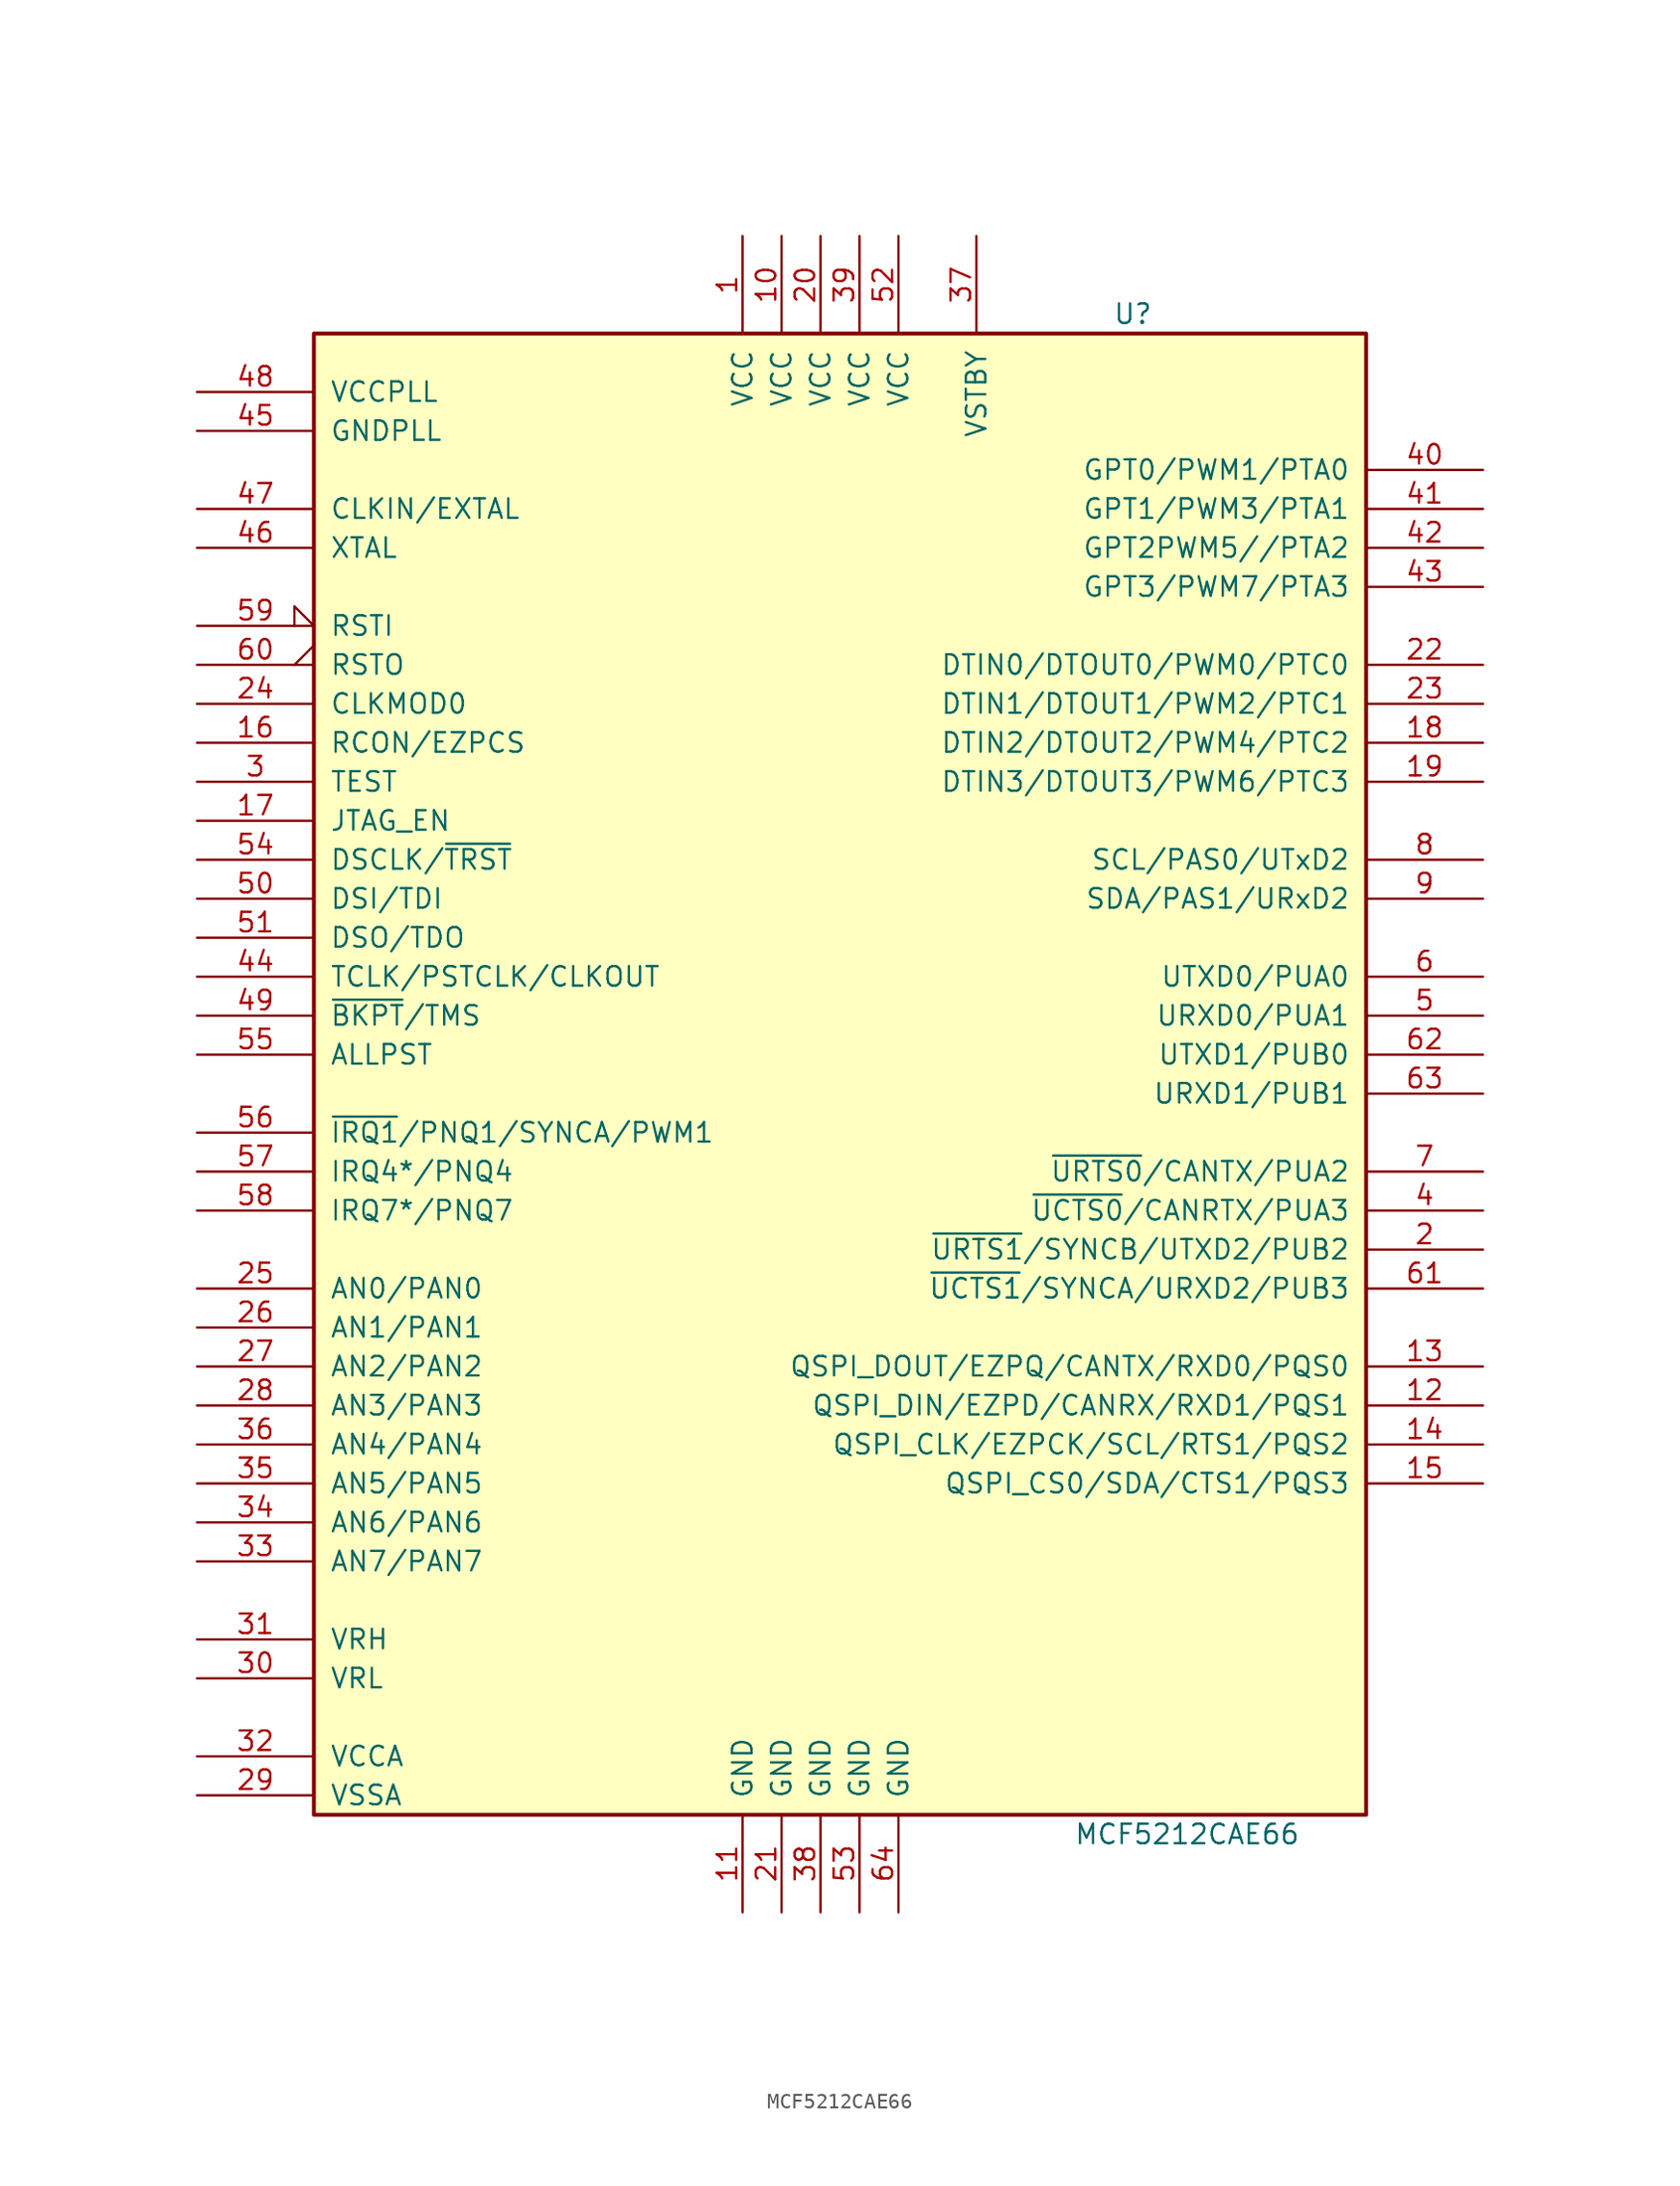
<source format=kicad_sym>
(kicad_symbol_lib
  (version 20241209)
  (generator "kicad_symbol_editor")
  (generator_version "9.0")
  (symbol "MCF5212CAE66"
    (pin_names
      (offset 1.016))
    (property "Reference" "U"
      (at 19.05 50.8 0)
      (effects (font (size 1.27 1.27)) (justify left)))
    (property "Value" "MCF5212CAE66"
      (at 16.51 -48.26 0)
      (effects (font (size 1.27 1.27)) (justify left)))
    (symbol "MCF5212CAE66_0_1"
      (rectangle (start -33.02 49.53) (end 35.56 -46.99) (stroke (width 0.254) (type default)) (fill (type background))))
    (symbol "MCF5212CAE66_1_1"
      (pin passive line (at -40.64 45.72 0) (length 7.62) (name "VCCPLL" (effects (font (size 1.27 1.27)))) (number "48" (effects (font (size 1.27 1.27)))))
      (pin passive line (at -40.64 43.18 0) (length 7.62) (name "GNDPLL" (effects (font (size 1.27 1.27)))) (number "45" (effects (font (size 1.27 1.27)))))
      (pin input line (at -40.64 38.1 0) (length 7.62) (name "CLKIN/EXTAL" (effects (font (size 1.27 1.27)))) (number "47" (effects (font (size 1.27 1.27)))))
      (pin output line (at -40.64 35.56 0) (length 7.62) (name "XTAL" (effects (font (size 1.27 1.27)))) (number "46" (effects (font (size 1.27 1.27)))))
      (pin input input_low (at -40.64 30.48 0) (length 7.62) (name "RSTI" (effects (font (size 1.27 1.27)))) (number "59" (effects (font (size 1.27 1.27)))))
      (pin output output_low (at -40.64 27.94 0) (length 7.62) (name "RSTO" (effects (font (size 1.27 1.27)))) (number "60" (effects (font (size 1.27 1.27)))))
      (pin input line (at -40.64 25.4 0) (length 7.62) (name "CLKMOD0" (effects (font (size 1.27 1.27)))) (number "24" (effects (font (size 1.27 1.27)))))
      (pin input line (at -40.64 22.86 0) (length 7.62) (name "RCON/EZPCS" (effects (font (size 1.27 1.27)))) (number "16" (effects (font (size 1.27 1.27)))))
      (pin input line (at -40.64 20.32 0) (length 7.62) (name "TEST" (effects (font (size 1.27 1.27)))) (number "3" (effects (font (size 1.27 1.27)))))
      (pin input line (at -40.64 17.78 0) (length 7.62) (name "JTAG_EN" (effects (font (size 1.27 1.27)))) (number "17" (effects (font (size 1.27 1.27)))))
      (pin input line (at -40.64 15.24 0) (length 7.62) (name "DSCLK/~{TRST}" (effects (font (size 1.27 1.27)))) (number "54" (effects (font (size 1.27 1.27)))))
      (pin input line (at -40.64 12.7 0) (length 7.62) (name "DSI/TDI" (effects (font (size 1.27 1.27)))) (number "50" (effects (font (size 1.27 1.27)))))
      (pin output line (at -40.64 10.16 0) (length 7.62) (name "DSO/TDO" (effects (font (size 1.27 1.27)))) (number "51" (effects (font (size 1.27 1.27)))))
      (pin input line (at -40.64 7.62 0) (length 7.62) (name "TCLK/PSTCLK/CLKOUT" (effects (font (size 1.27 1.27)))) (number "44" (effects (font (size 1.27 1.27)))))
      (pin input line (at -40.64 5.08 0) (length 7.62) (name "~{BKPT}/TMS" (effects (font (size 1.27 1.27)))) (number "49" (effects (font (size 1.27 1.27)))))
      (pin output line (at -40.64 2.54 0) (length 7.62) (name "ALLPST" (effects (font (size 1.27 1.27)))) (number "55" (effects (font (size 1.27 1.27)))))
      (pin bidirectional line (at -40.64 -2.54 0) (length 7.62) (name "~{IRQ1}/PNQ1/SYNCA/PWM1" (effects (font (size 1.27 1.27)))) (number "56" (effects (font (size 1.27 1.27)))))
      (pin bidirectional line (at -40.64 -5.08 0) (length 7.62) (name "IRQ4*/PNQ4" (effects (font (size 1.27 1.27)))) (number "57" (effects (font (size 1.27 1.27)))))
      (pin bidirectional line (at -40.64 -7.62 0) (length 7.62) (name "IRQ7*/PNQ7" (effects (font (size 1.27 1.27)))) (number "58" (effects (font (size 1.27 1.27)))))
      (pin bidirectional line (at -40.64 -12.7 0) (length 7.62) (name "AN0/PAN0" (effects (font (size 1.27 1.27)))) (number "25" (effects (font (size 1.27 1.27)))))
      (pin bidirectional line (at -40.64 -15.24 0) (length 7.62) (name "AN1/PAN1" (effects (font (size 1.27 1.27)))) (number "26" (effects (font (size 1.27 1.27)))))
      (pin bidirectional line (at -40.64 -17.78 0) (length 7.62) (name "AN2/PAN2" (effects (font (size 1.27 1.27)))) (number "27" (effects (font (size 1.27 1.27)))))
      (pin bidirectional line (at -40.64 -20.32 0) (length 7.62) (name "AN3/PAN3" (effects (font (size 1.27 1.27)))) (number "28" (effects (font (size 1.27 1.27)))))
      (pin bidirectional line (at -40.64 -22.86 0) (length 7.62) (name "AN4/PAN4" (effects (font (size 1.27 1.27)))) (number "36" (effects (font (size 1.27 1.27)))))
      (pin bidirectional line (at -40.64 -25.4 0) (length 7.62) (name "AN5/PAN5" (effects (font (size 1.27 1.27)))) (number "35" (effects (font (size 1.27 1.27)))))
      (pin bidirectional line (at -40.64 -27.94 0) (length 7.62) (name "AN6/PAN6" (effects (font (size 1.27 1.27)))) (number "34" (effects (font (size 1.27 1.27)))))
      (pin bidirectional line (at -40.64 -30.48 0) (length 7.62) (name "AN7/PAN7" (effects (font (size 1.27 1.27)))) (number "33" (effects (font (size 1.27 1.27)))))
      (pin input line (at -40.64 -35.56 0) (length 7.62) (name "VRH" (effects (font (size 1.27 1.27)))) (number "31" (effects (font (size 1.27 1.27)))))
      (pin input line (at -40.64 -38.1 0) (length 7.62) (name "VRL" (effects (font (size 1.27 1.27)))) (number "30" (effects (font (size 1.27 1.27)))))
      (pin input line (at -40.64 -43.18 0) (length 7.62) (name "VCCA" (effects (font (size 1.27 1.27)))) (number "32" (effects (font (size 1.27 1.27)))))
      (pin input line (at -40.64 -45.72 0) (length 7.62) (name "VSSA" (effects (font (size 1.27 1.27)))) (number "29" (effects (font (size 1.27 1.27)))))
      (pin power_in line (at -5.08 55.88 270) (length 6.35) (name "VCC" (effects (font (size 1.27 1.27)))) (number "1" (effects (font (size 1.27 1.27)))))
      (pin power_in line (at -5.08 -53.34 90) (length 6.35) (name "GND" (effects (font (size 1.27 1.27)))) (number "11" (effects (font (size 1.27 1.27)))))
      (pin power_in line (at -2.54 55.88 270) (length 6.35) (name "VCC" (effects (font (size 1.27 1.27)))) (number "10" (effects (font (size 1.27 1.27)))))
      (pin power_in line (at -2.54 -53.34 90) (length 6.35) (name "GND" (effects (font (size 1.27 1.27)))) (number "21" (effects (font (size 1.27 1.27)))))
      (pin power_in line (at 0 55.88 270) (length 6.35) (name "VCC" (effects (font (size 1.27 1.27)))) (number "20" (effects (font (size 1.27 1.27)))))
      (pin power_in line (at 0 -53.34 90) (length 6.35) (name "GND" (effects (font (size 1.27 1.27)))) (number "38" (effects (font (size 1.27 1.27)))))
      (pin power_in line (at 2.54 55.88 270) (length 6.35) (name "VCC" (effects (font (size 1.27 1.27)))) (number "39" (effects (font (size 1.27 1.27)))))
      (pin power_in line (at 2.54 -53.34 90) (length 6.35) (name "GND" (effects (font (size 1.27 1.27)))) (number "53" (effects (font (size 1.27 1.27)))))
      (pin power_in line (at 5.08 55.88 270) (length 6.35) (name "VCC" (effects (font (size 1.27 1.27)))) (number "52" (effects (font (size 1.27 1.27)))))
      (pin power_in line (at 5.08 -53.34 90) (length 6.35) (name "GND" (effects (font (size 1.27 1.27)))) (number "64" (effects (font (size 1.27 1.27)))))
      (pin power_in line (at 10.16 55.88 270) (length 6.35) (name "VSTBY" (effects (font (size 1.27 1.27)))) (number "37" (effects (font (size 1.27 1.27)))))
      (pin bidirectional line (at 43.18 40.64 180) (length 7.62) (name "GPT0/PWM1/PTA0" (effects (font (size 1.27 1.27)))) (number "40" (effects (font (size 1.27 1.27)))))
      (pin bidirectional line (at 43.18 38.1 180) (length 7.62) (name "GPT1/PWM3/PTA1" (effects (font (size 1.27 1.27)))) (number "41" (effects (font (size 1.27 1.27)))))
      (pin bidirectional line (at 43.18 35.56 180) (length 7.62) (name "GPT2PWM5//PTA2" (effects (font (size 1.27 1.27)))) (number "42" (effects (font (size 1.27 1.27)))))
      (pin bidirectional line (at 43.18 33.02 180) (length 7.62) (name "GPT3/PWM7/PTA3" (effects (font (size 1.27 1.27)))) (number "43" (effects (font (size 1.27 1.27)))))
      (pin bidirectional line (at 43.18 27.94 180) (length 7.62) (name "DTIN0/DTOUT0/PWM0/PTC0" (effects (font (size 1.27 1.27)))) (number "22" (effects (font (size 1.27 1.27)))))
      (pin bidirectional line (at 43.18 25.4 180) (length 7.62) (name "DTIN1/DTOUT1/PWM2/PTC1" (effects (font (size 1.27 1.27)))) (number "23" (effects (font (size 1.27 1.27)))))
      (pin bidirectional line (at 43.18 22.86 180) (length 7.62) (name "DTIN2/DTOUT2/PWM4/PTC2" (effects (font (size 1.27 1.27)))) (number "18" (effects (font (size 1.27 1.27)))))
      (pin bidirectional line (at 43.18 20.32 180) (length 7.62) (name "DTIN3/DTOUT3/PWM6/PTC3" (effects (font (size 1.27 1.27)))) (number "19" (effects (font (size 1.27 1.27)))))
      (pin bidirectional line (at 43.18 15.24 180) (length 7.62) (name "SCL/PAS0/UTxD2" (effects (font (size 1.27 1.27)))) (number "8" (effects (font (size 1.27 1.27)))))
      (pin bidirectional line (at 43.18 12.7 180) (length 7.62) (name "SDA/PAS1/URxD2" (effects (font (size 1.27 1.27)))) (number "9" (effects (font (size 1.27 1.27)))))
      (pin bidirectional line (at 43.18 7.62 180) (length 7.62) (name "UTXD0/PUA0" (effects (font (size 1.27 1.27)))) (number "6" (effects (font (size 1.27 1.27)))))
      (pin bidirectional line (at 43.18 5.08 180) (length 7.62) (name "URXD0/PUA1" (effects (font (size 1.27 1.27)))) (number "5" (effects (font (size 1.27 1.27)))))
      (pin bidirectional line (at 43.18 2.54 180) (length 7.62) (name "UTXD1/PUB0" (effects (font (size 1.27 1.27)))) (number "62" (effects (font (size 1.27 1.27)))))
      (pin bidirectional line (at 43.18 0 180) (length 7.62) (name "URXD1/PUB1" (effects (font (size 1.27 1.27)))) (number "63" (effects (font (size 1.27 1.27)))))
      (pin bidirectional line (at 43.18 -5.08 180) (length 7.62) (name "~{URTS0}/CANTX/PUA2" (effects (font (size 1.27 1.27)))) (number "7" (effects (font (size 1.27 1.27)))))
      (pin bidirectional line (at 43.18 -7.62 180) (length 7.62) (name "~{UCTS0}/CANRTX/PUA3" (effects (font (size 1.27 1.27)))) (number "4" (effects (font (size 1.27 1.27)))))
      (pin bidirectional line (at 43.18 -10.16 180) (length 7.62) (name "~{URTS1}/SYNCB/UTXD2/PUB2" (effects (font (size 1.27 1.27)))) (number "2" (effects (font (size 1.27 1.27)))))
      (pin bidirectional line (at 43.18 -12.7 180) (length 7.62) (name "~{UCTS1}/SYNCA/URXD2/PUB3" (effects (font (size 1.27 1.27)))) (number "61" (effects (font (size 1.27 1.27)))))
      (pin bidirectional line (at 43.18 -17.78 180) (length 7.62) (name "QSPI_DOUT/EZPQ/CANTX/RXD0/PQS0" (effects (font (size 1.27 1.27)))) (number "13" (effects (font (size 1.27 1.27)))))
      (pin bidirectional line (at 43.18 -20.32 180) (length 7.62) (name "QSPI_DIN/EZPD/CANRX/RXD1/PQS1" (effects (font (size 1.27 1.27)))) (number "12" (effects (font (size 1.27 1.27)))))
      (pin bidirectional line (at 43.18 -22.86 180) (length 7.62) (name "QSPI_CLK/EZPCK/SCL/RTS1/PQS2" (effects (font (size 1.27 1.27)))) (number "14" (effects (font (size 1.27 1.27)))))
      (pin bidirectional line (at 43.18 -25.4 180) (length 7.62) (name "QSPI_CS0/SDA/CTS1/PQS3" (effects (font (size 1.27 1.27)))) (number "15" (effects (font (size 1.27 1.27))))))))
</source>
